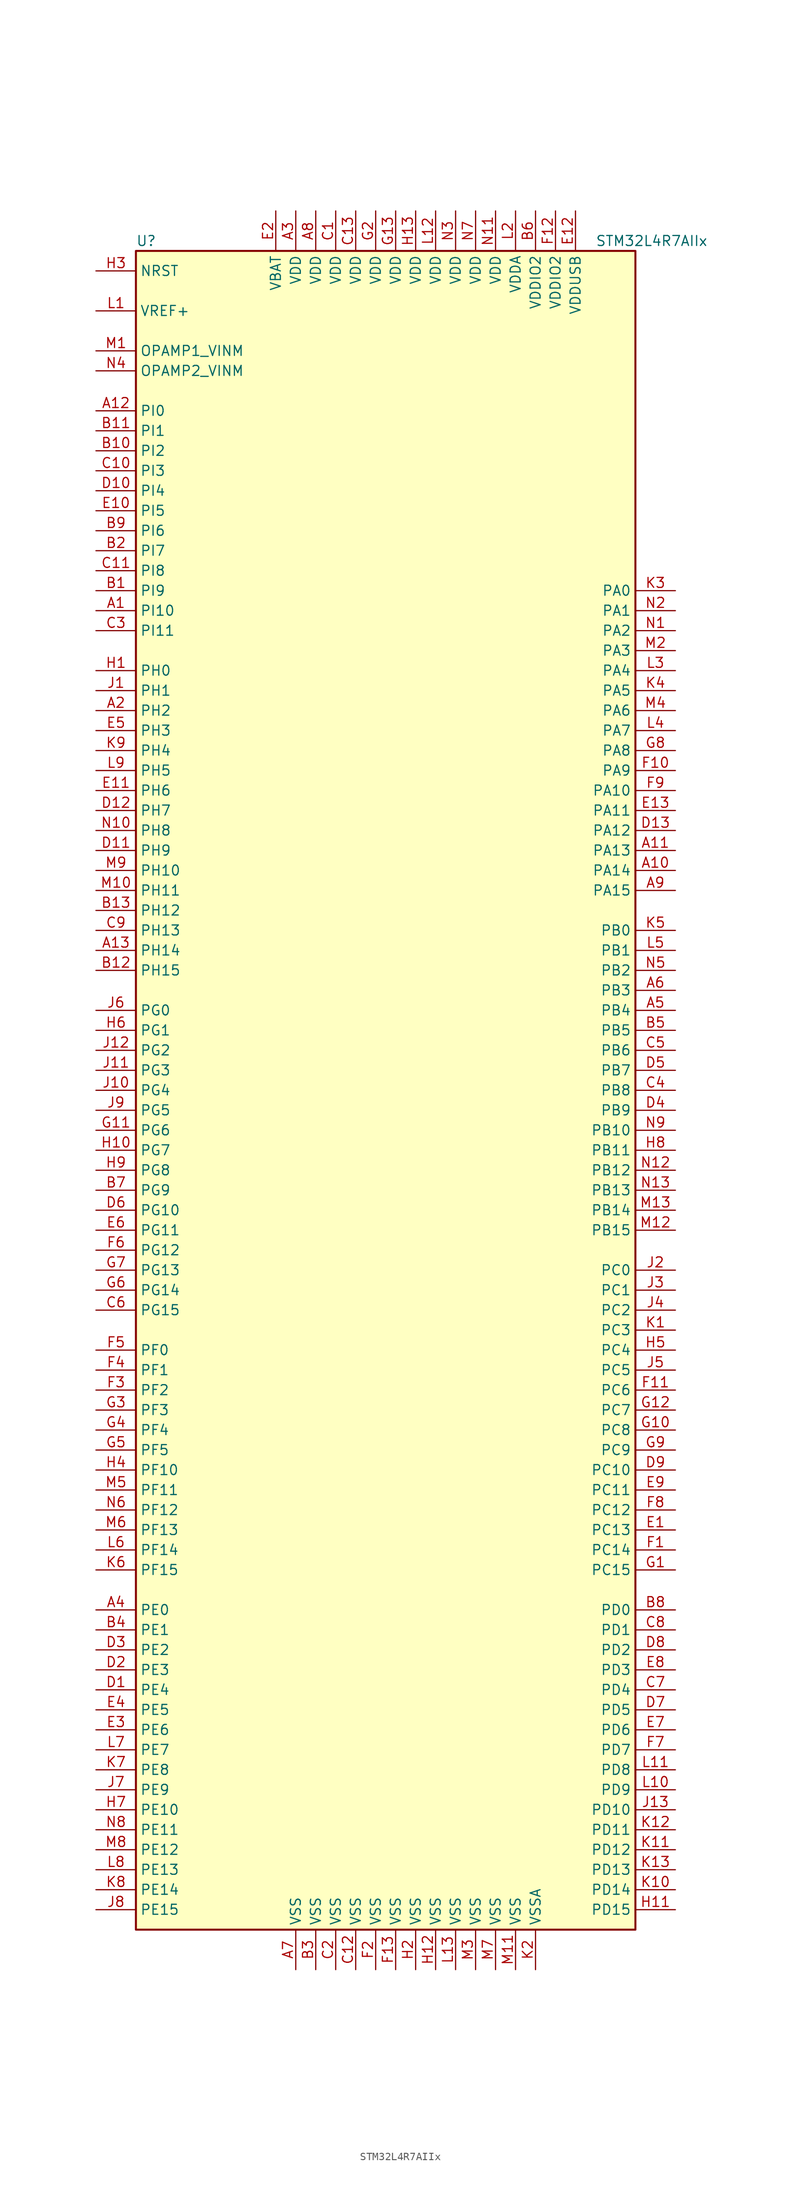
<source format=kicad_sym>
(kicad_symbol_lib
  (version 20211014)
  (generator kicad_symbol_editor)
  (symbol "STM32L4R7AIIx"
    (property "Reference" "U"
      (at -33.02 107.95 0)
      (effects (font (size 1.27 1.27)) (justify left)))
    (property "Value" "STM32L4R7AIIx"
      (at 25.4 107.95 0)
      (effects (font (size 1.27 1.27)) (justify left)))
    (symbol "STM32L4R7AIIx_0_1"
      (rectangle (start -33.02 -106.68) (end 30.48 106.68) (stroke (width 0.254) (type default) (color 0 0 0 0)) (fill (type background))))
    (symbol "STM32L4R7AIIx_1_1"
      (pin bidirectional line (at -38.1 60.96 0) (length 5.08) (name "PI10" (effects (font (size 1.27 1.27)))) (number "A1" (effects (font (size 1.27 1.27)))))
      (pin bidirectional line (at 35.56 27.94 180) (length 5.08) (name "PA14" (effects (font (size 1.27 1.27)))) (number "A10" (effects (font (size 1.27 1.27)))))
      (pin bidirectional line (at 35.56 30.48 180) (length 5.08) (name "PA13" (effects (font (size 1.27 1.27)))) (number "A11" (effects (font (size 1.27 1.27)))))
      (pin bidirectional line (at -38.1 86.36 0) (length 5.08) (name "PI0" (effects (font (size 1.27 1.27)))) (number "A12" (effects (font (size 1.27 1.27)))))
      (pin bidirectional line (at -38.1 17.78 0) (length 5.08) (name "PH14" (effects (font (size 1.27 1.27)))) (number "A13" (effects (font (size 1.27 1.27)))))
      (pin bidirectional line (at -38.1 48.26 0) (length 5.08) (name "PH2" (effects (font (size 1.27 1.27)))) (number "A2" (effects (font (size 1.27 1.27)))))
      (pin power_in line (at -12.7 111.76 270) (length 5.08) (name "VDD" (effects (font (size 1.27 1.27)))) (number "A3" (effects (font (size 1.27 1.27)))))
      (pin bidirectional line (at -38.1 -66.04 0) (length 5.08) (name "PE0" (effects (font (size 1.27 1.27)))) (number "A4" (effects (font (size 1.27 1.27)))))
      (pin bidirectional line (at 35.56 10.16 180) (length 5.08) (name "PB4" (effects (font (size 1.27 1.27)))) (number "A5" (effects (font (size 1.27 1.27)))))
      (pin bidirectional line (at 35.56 12.7 180) (length 5.08) (name "PB3" (effects (font (size 1.27 1.27)))) (number "A6" (effects (font (size 1.27 1.27)))))
      (pin power_in line (at -12.7 -111.76 90) (length 5.08) (name "VSS" (effects (font (size 1.27 1.27)))) (number "A7" (effects (font (size 1.27 1.27)))))
      (pin power_in line (at -10.16 111.76 270) (length 5.08) (name "VDD" (effects (font (size 1.27 1.27)))) (number "A8" (effects (font (size 1.27 1.27)))))
      (pin bidirectional line (at 35.56 25.4 180) (length 5.08) (name "PA15" (effects (font (size 1.27 1.27)))) (number "A9" (effects (font (size 1.27 1.27)))))
      (pin bidirectional line (at -38.1 63.5 0) (length 5.08) (name "PI9" (effects (font (size 1.27 1.27)))) (number "B1" (effects (font (size 1.27 1.27)))))
      (pin bidirectional line (at -38.1 81.28 0) (length 5.08) (name "PI2" (effects (font (size 1.27 1.27)))) (number "B10" (effects (font (size 1.27 1.27)))))
      (pin bidirectional line (at -38.1 83.82 0) (length 5.08) (name "PI1" (effects (font (size 1.27 1.27)))) (number "B11" (effects (font (size 1.27 1.27)))))
      (pin bidirectional line (at -38.1 15.24 0) (length 5.08) (name "PH15" (effects (font (size 1.27 1.27)))) (number "B12" (effects (font (size 1.27 1.27)))))
      (pin bidirectional line (at -38.1 22.86 0) (length 5.08) (name "PH12" (effects (font (size 1.27 1.27)))) (number "B13" (effects (font (size 1.27 1.27)))))
      (pin bidirectional line (at -38.1 68.58 0) (length 5.08) (name "PI7" (effects (font (size 1.27 1.27)))) (number "B2" (effects (font (size 1.27 1.27)))))
      (pin power_in line (at -10.16 -111.76 90) (length 5.08) (name "VSS" (effects (font (size 1.27 1.27)))) (number "B3" (effects (font (size 1.27 1.27)))))
      (pin bidirectional line (at -38.1 -68.58 0) (length 5.08) (name "PE1" (effects (font (size 1.27 1.27)))) (number "B4" (effects (font (size 1.27 1.27)))))
      (pin bidirectional line (at 35.56 7.62 180) (length 5.08) (name "PB5" (effects (font (size 1.27 1.27)))) (number "B5" (effects (font (size 1.27 1.27)))))
      (pin power_in line (at 17.78 111.76 270) (length 5.08) (name "VDDIO2" (effects (font (size 1.27 1.27)))) (number "B6" (effects (font (size 1.27 1.27)))))
      (pin bidirectional line (at -38.1 -12.7 0) (length 5.08) (name "PG9" (effects (font (size 1.27 1.27)))) (number "B7" (effects (font (size 1.27 1.27)))))
      (pin bidirectional line (at 35.56 -66.04 180) (length 5.08) (name "PD0" (effects (font (size 1.27 1.27)))) (number "B8" (effects (font (size 1.27 1.27)))))
      (pin bidirectional line (at -38.1 71.12 0) (length 5.08) (name "PI6" (effects (font (size 1.27 1.27)))) (number "B9" (effects (font (size 1.27 1.27)))))
      (pin power_in line (at -7.62 111.76 270) (length 5.08) (name "VDD" (effects (font (size 1.27 1.27)))) (number "C1" (effects (font (size 1.27 1.27)))))
      (pin bidirectional line (at -38.1 78.74 0) (length 5.08) (name "PI3" (effects (font (size 1.27 1.27)))) (number "C10" (effects (font (size 1.27 1.27)))))
      (pin bidirectional line (at -38.1 66.04 0) (length 5.08) (name "PI8" (effects (font (size 1.27 1.27)))) (number "C11" (effects (font (size 1.27 1.27)))))
      (pin power_in line (at -5.08 -111.76 90) (length 5.08) (name "VSS" (effects (font (size 1.27 1.27)))) (number "C12" (effects (font (size 1.27 1.27)))))
      (pin power_in line (at -5.08 111.76 270) (length 5.08) (name "VDD" (effects (font (size 1.27 1.27)))) (number "C13" (effects (font (size 1.27 1.27)))))
      (pin power_in line (at -7.62 -111.76 90) (length 5.08) (name "VSS" (effects (font (size 1.27 1.27)))) (number "C2" (effects (font (size 1.27 1.27)))))
      (pin bidirectional line (at -38.1 58.42 0) (length 5.08) (name "PI11" (effects (font (size 1.27 1.27)))) (number "C3" (effects (font (size 1.27 1.27)))))
      (pin bidirectional line (at 35.56 0 180) (length 5.08) (name "PB8" (effects (font (size 1.27 1.27)))) (number "C4" (effects (font (size 1.27 1.27)))))
      (pin bidirectional line (at 35.56 5.08 180) (length 5.08) (name "PB6" (effects (font (size 1.27 1.27)))) (number "C5" (effects (font (size 1.27 1.27)))))
      (pin bidirectional line (at -38.1 -27.94 0) (length 5.08) (name "PG15" (effects (font (size 1.27 1.27)))) (number "C6" (effects (font (size 1.27 1.27)))))
      (pin bidirectional line (at 35.56 -76.2 180) (length 5.08) (name "PD4" (effects (font (size 1.27 1.27)))) (number "C7" (effects (font (size 1.27 1.27)))))
      (pin bidirectional line (at 35.56 -68.58 180) (length 5.08) (name "PD1" (effects (font (size 1.27 1.27)))) (number "C8" (effects (font (size 1.27 1.27)))))
      (pin bidirectional line (at -38.1 20.32 0) (length 5.08) (name "PH13" (effects (font (size 1.27 1.27)))) (number "C9" (effects (font (size 1.27 1.27)))))
      (pin bidirectional line (at -38.1 -76.2 0) (length 5.08) (name "PE4" (effects (font (size 1.27 1.27)))) (number "D1" (effects (font (size 1.27 1.27)))))
      (pin bidirectional line (at -38.1 76.2 0) (length 5.08) (name "PI4" (effects (font (size 1.27 1.27)))) (number "D10" (effects (font (size 1.27 1.27)))))
      (pin bidirectional line (at -38.1 30.48 0) (length 5.08) (name "PH9" (effects (font (size 1.27 1.27)))) (number "D11" (effects (font (size 1.27 1.27)))))
      (pin bidirectional line (at -38.1 35.56 0) (length 5.08) (name "PH7" (effects (font (size 1.27 1.27)))) (number "D12" (effects (font (size 1.27 1.27)))))
      (pin bidirectional line (at 35.56 33.02 180) (length 5.08) (name "PA12" (effects (font (size 1.27 1.27)))) (number "D13" (effects (font (size 1.27 1.27)))))
      (pin bidirectional line (at -38.1 -73.66 0) (length 5.08) (name "PE3" (effects (font (size 1.27 1.27)))) (number "D2" (effects (font (size 1.27 1.27)))))
      (pin bidirectional line (at -38.1 -71.12 0) (length 5.08) (name "PE2" (effects (font (size 1.27 1.27)))) (number "D3" (effects (font (size 1.27 1.27)))))
      (pin bidirectional line (at 35.56 -2.54 180) (length 5.08) (name "PB9" (effects (font (size 1.27 1.27)))) (number "D4" (effects (font (size 1.27 1.27)))))
      (pin bidirectional line (at 35.56 2.54 180) (length 5.08) (name "PB7" (effects (font (size 1.27 1.27)))) (number "D5" (effects (font (size 1.27 1.27)))))
      (pin bidirectional line (at -38.1 -15.24 0) (length 5.08) (name "PG10" (effects (font (size 1.27 1.27)))) (number "D6" (effects (font (size 1.27 1.27)))))
      (pin bidirectional line (at 35.56 -78.74 180) (length 5.08) (name "PD5" (effects (font (size 1.27 1.27)))) (number "D7" (effects (font (size 1.27 1.27)))))
      (pin bidirectional line (at 35.56 -71.12 180) (length 5.08) (name "PD2" (effects (font (size 1.27 1.27)))) (number "D8" (effects (font (size 1.27 1.27)))))
      (pin bidirectional line (at 35.56 -48.26 180) (length 5.08) (name "PC10" (effects (font (size 1.27 1.27)))) (number "D9" (effects (font (size 1.27 1.27)))))
      (pin bidirectional line (at 35.56 -55.88 180) (length 5.08) (name "PC13" (effects (font (size 1.27 1.27)))) (number "E1" (effects (font (size 1.27 1.27)))))
      (pin bidirectional line (at -38.1 73.66 0) (length 5.08) (name "PI5" (effects (font (size 1.27 1.27)))) (number "E10" (effects (font (size 1.27 1.27)))))
      (pin bidirectional line (at -38.1 38.1 0) (length 5.08) (name "PH6" (effects (font (size 1.27 1.27)))) (number "E11" (effects (font (size 1.27 1.27)))))
      (pin power_in line (at 22.86 111.76 270) (length 5.08) (name "VDDUSB" (effects (font (size 1.27 1.27)))) (number "E12" (effects (font (size 1.27 1.27)))))
      (pin bidirectional line (at 35.56 35.56 180) (length 5.08) (name "PA11" (effects (font (size 1.27 1.27)))) (number "E13" (effects (font (size 1.27 1.27)))))
      (pin power_in line (at -15.24 111.76 270) (length 5.08) (name "VBAT" (effects (font (size 1.27 1.27)))) (number "E2" (effects (font (size 1.27 1.27)))))
      (pin bidirectional line (at -38.1 -81.28 0) (length 5.08) (name "PE6" (effects (font (size 1.27 1.27)))) (number "E3" (effects (font (size 1.27 1.27)))))
      (pin bidirectional line (at -38.1 -78.74 0) (length 5.08) (name "PE5" (effects (font (size 1.27 1.27)))) (number "E4" (effects (font (size 1.27 1.27)))))
      (pin bidirectional line (at -38.1 45.72 0) (length 5.08) (name "PH3" (effects (font (size 1.27 1.27)))) (number "E5" (effects (font (size 1.27 1.27)))))
      (pin bidirectional line (at -38.1 -17.78 0) (length 5.08) (name "PG11" (effects (font (size 1.27 1.27)))) (number "E6" (effects (font (size 1.27 1.27)))))
      (pin bidirectional line (at 35.56 -81.28 180) (length 5.08) (name "PD6" (effects (font (size 1.27 1.27)))) (number "E7" (effects (font (size 1.27 1.27)))))
      (pin bidirectional line (at 35.56 -73.66 180) (length 5.08) (name "PD3" (effects (font (size 1.27 1.27)))) (number "E8" (effects (font (size 1.27 1.27)))))
      (pin bidirectional line (at 35.56 -50.8 180) (length 5.08) (name "PC11" (effects (font (size 1.27 1.27)))) (number "E9" (effects (font (size 1.27 1.27)))))
      (pin bidirectional line (at 35.56 -58.42 180) (length 5.08) (name "PC14" (effects (font (size 1.27 1.27)))) (number "F1" (effects (font (size 1.27 1.27)))))
      (pin bidirectional line (at 35.56 40.64 180) (length 5.08) (name "PA9" (effects (font (size 1.27 1.27)))) (number "F10" (effects (font (size 1.27 1.27)))))
      (pin bidirectional line (at 35.56 -38.1 180) (length 5.08) (name "PC6" (effects (font (size 1.27 1.27)))) (number "F11" (effects (font (size 1.27 1.27)))))
      (pin power_in line (at 20.32 111.76 270) (length 5.08) (name "VDDIO2" (effects (font (size 1.27 1.27)))) (number "F12" (effects (font (size 1.27 1.27)))))
      (pin power_in line (at 0 -111.76 90) (length 5.08) (name "VSS" (effects (font (size 1.27 1.27)))) (number "F13" (effects (font (size 1.27 1.27)))))
      (pin power_in line (at -2.54 -111.76 90) (length 5.08) (name "VSS" (effects (font (size 1.27 1.27)))) (number "F2" (effects (font (size 1.27 1.27)))))
      (pin bidirectional line (at -38.1 -38.1 0) (length 5.08) (name "PF2" (effects (font (size 1.27 1.27)))) (number "F3" (effects (font (size 1.27 1.27)))))
      (pin bidirectional line (at -38.1 -35.56 0) (length 5.08) (name "PF1" (effects (font (size 1.27 1.27)))) (number "F4" (effects (font (size 1.27 1.27)))))
      (pin bidirectional line (at -38.1 -33.02 0) (length 5.08) (name "PF0" (effects (font (size 1.27 1.27)))) (number "F5" (effects (font (size 1.27 1.27)))))
      (pin bidirectional line (at -38.1 -20.32 0) (length 5.08) (name "PG12" (effects (font (size 1.27 1.27)))) (number "F6" (effects (font (size 1.27 1.27)))))
      (pin bidirectional line (at 35.56 -83.82 180) (length 5.08) (name "PD7" (effects (font (size 1.27 1.27)))) (number "F7" (effects (font (size 1.27 1.27)))))
      (pin bidirectional line (at 35.56 -53.34 180) (length 5.08) (name "PC12" (effects (font (size 1.27 1.27)))) (number "F8" (effects (font (size 1.27 1.27)))))
      (pin bidirectional line (at 35.56 38.1 180) (length 5.08) (name "PA10" (effects (font (size 1.27 1.27)))) (number "F9" (effects (font (size 1.27 1.27)))))
      (pin bidirectional line (at 35.56 -60.96 180) (length 5.08) (name "PC15" (effects (font (size 1.27 1.27)))) (number "G1" (effects (font (size 1.27 1.27)))))
      (pin bidirectional line (at 35.56 -43.18 180) (length 5.08) (name "PC8" (effects (font (size 1.27 1.27)))) (number "G10" (effects (font (size 1.27 1.27)))))
      (pin bidirectional line (at -38.1 -5.08 0) (length 5.08) (name "PG6" (effects (font (size 1.27 1.27)))) (number "G11" (effects (font (size 1.27 1.27)))))
      (pin bidirectional line (at 35.56 -40.64 180) (length 5.08) (name "PC7" (effects (font (size 1.27 1.27)))) (number "G12" (effects (font (size 1.27 1.27)))))
      (pin power_in line (at 0 111.76 270) (length 5.08) (name "VDD" (effects (font (size 1.27 1.27)))) (number "G13" (effects (font (size 1.27 1.27)))))
      (pin power_in line (at -2.54 111.76 270) (length 5.08) (name "VDD" (effects (font (size 1.27 1.27)))) (number "G2" (effects (font (size 1.27 1.27)))))
      (pin bidirectional line (at -38.1 -40.64 0) (length 5.08) (name "PF3" (effects (font (size 1.27 1.27)))) (number "G3" (effects (font (size 1.27 1.27)))))
      (pin bidirectional line (at -38.1 -43.18 0) (length 5.08) (name "PF4" (effects (font (size 1.27 1.27)))) (number "G4" (effects (font (size 1.27 1.27)))))
      (pin bidirectional line (at -38.1 -45.72 0) (length 5.08) (name "PF5" (effects (font (size 1.27 1.27)))) (number "G5" (effects (font (size 1.27 1.27)))))
      (pin bidirectional line (at -38.1 -25.4 0) (length 5.08) (name "PG14" (effects (font (size 1.27 1.27)))) (number "G6" (effects (font (size 1.27 1.27)))))
      (pin bidirectional line (at -38.1 -22.86 0) (length 5.08) (name "PG13" (effects (font (size 1.27 1.27)))) (number "G7" (effects (font (size 1.27 1.27)))))
      (pin bidirectional line (at 35.56 43.18 180) (length 5.08) (name "PA8" (effects (font (size 1.27 1.27)))) (number "G8" (effects (font (size 1.27 1.27)))))
      (pin bidirectional line (at 35.56 -45.72 180) (length 5.08) (name "PC9" (effects (font (size 1.27 1.27)))) (number "G9" (effects (font (size 1.27 1.27)))))
      (pin input line (at -38.1 53.34 0) (length 5.08) (name "PH0" (effects (font (size 1.27 1.27)))) (number "H1" (effects (font (size 1.27 1.27)))))
      (pin bidirectional line (at -38.1 -7.62 0) (length 5.08) (name "PG7" (effects (font (size 1.27 1.27)))) (number "H10" (effects (font (size 1.27 1.27)))))
      (pin bidirectional line (at 35.56 -104.14 180) (length 5.08) (name "PD15" (effects (font (size 1.27 1.27)))) (number "H11" (effects (font (size 1.27 1.27)))))
      (pin power_in line (at 5.08 -111.76 90) (length 5.08) (name "VSS" (effects (font (size 1.27 1.27)))) (number "H12" (effects (font (size 1.27 1.27)))))
      (pin power_in line (at 2.54 111.76 270) (length 5.08) (name "VDD" (effects (font (size 1.27 1.27)))) (number "H13" (effects (font (size 1.27 1.27)))))
      (pin power_in line (at 2.54 -111.76 90) (length 5.08) (name "VSS" (effects (font (size 1.27 1.27)))) (number "H2" (effects (font (size 1.27 1.27)))))
      (pin input line (at -38.1 104.14 0) (length 5.08) (name "NRST" (effects (font (size 1.27 1.27)))) (number "H3" (effects (font (size 1.27 1.27)))))
      (pin bidirectional line (at -38.1 -48.26 0) (length 5.08) (name "PF10" (effects (font (size 1.27 1.27)))) (number "H4" (effects (font (size 1.27 1.27)))))
      (pin bidirectional line (at 35.56 -33.02 180) (length 5.08) (name "PC4" (effects (font (size 1.27 1.27)))) (number "H5" (effects (font (size 1.27 1.27)))))
      (pin bidirectional line (at -38.1 7.62 0) (length 5.08) (name "PG1" (effects (font (size 1.27 1.27)))) (number "H6" (effects (font (size 1.27 1.27)))))
      (pin bidirectional line (at -38.1 -91.44 0) (length 5.08) (name "PE10" (effects (font (size 1.27 1.27)))) (number "H7" (effects (font (size 1.27 1.27)))))
      (pin bidirectional line (at 35.56 -7.62 180) (length 5.08) (name "PB11" (effects (font (size 1.27 1.27)))) (number "H8" (effects (font (size 1.27 1.27)))))
      (pin bidirectional line (at -38.1 -10.16 0) (length 5.08) (name "PG8" (effects (font (size 1.27 1.27)))) (number "H9" (effects (font (size 1.27 1.27)))))
      (pin input line (at -38.1 50.8 0) (length 5.08) (name "PH1" (effects (font (size 1.27 1.27)))) (number "J1" (effects (font (size 1.27 1.27)))))
      (pin bidirectional line (at -38.1 0 0) (length 5.08) (name "PG4" (effects (font (size 1.27 1.27)))) (number "J10" (effects (font (size 1.27 1.27)))))
      (pin bidirectional line (at -38.1 2.54 0) (length 5.08) (name "PG3" (effects (font (size 1.27 1.27)))) (number "J11" (effects (font (size 1.27 1.27)))))
      (pin bidirectional line (at -38.1 5.08 0) (length 5.08) (name "PG2" (effects (font (size 1.27 1.27)))) (number "J12" (effects (font (size 1.27 1.27)))))
      (pin bidirectional line (at 35.56 -91.44 180) (length 5.08) (name "PD10" (effects (font (size 1.27 1.27)))) (number "J13" (effects (font (size 1.27 1.27)))))
      (pin bidirectional line (at 35.56 -22.86 180) (length 5.08) (name "PC0" (effects (font (size 1.27 1.27)))) (number "J2" (effects (font (size 1.27 1.27)))))
      (pin bidirectional line (at 35.56 -25.4 180) (length 5.08) (name "PC1" (effects (font (size 1.27 1.27)))) (number "J3" (effects (font (size 1.27 1.27)))))
      (pin bidirectional line (at 35.56 -27.94 180) (length 5.08) (name "PC2" (effects (font (size 1.27 1.27)))) (number "J4" (effects (font (size 1.27 1.27)))))
      (pin bidirectional line (at 35.56 -35.56 180) (length 5.08) (name "PC5" (effects (font (size 1.27 1.27)))) (number "J5" (effects (font (size 1.27 1.27)))))
      (pin bidirectional line (at -38.1 10.16 0) (length 5.08) (name "PG0" (effects (font (size 1.27 1.27)))) (number "J6" (effects (font (size 1.27 1.27)))))
      (pin bidirectional line (at -38.1 -88.9 0) (length 5.08) (name "PE9" (effects (font (size 1.27 1.27)))) (number "J7" (effects (font (size 1.27 1.27)))))
      (pin bidirectional line (at -38.1 -104.14 0) (length 5.08) (name "PE15" (effects (font (size 1.27 1.27)))) (number "J8" (effects (font (size 1.27 1.27)))))
      (pin bidirectional line (at -38.1 -2.54 0) (length 5.08) (name "PG5" (effects (font (size 1.27 1.27)))) (number "J9" (effects (font (size 1.27 1.27)))))
      (pin bidirectional line (at 35.56 -30.48 180) (length 5.08) (name "PC3" (effects (font (size 1.27 1.27)))) (number "K1" (effects (font (size 1.27 1.27)))))
      (pin bidirectional line (at 35.56 -101.6 180) (length 5.08) (name "PD14" (effects (font (size 1.27 1.27)))) (number "K10" (effects (font (size 1.27 1.27)))))
      (pin bidirectional line (at 35.56 -96.52 180) (length 5.08) (name "PD12" (effects (font (size 1.27 1.27)))) (number "K11" (effects (font (size 1.27 1.27)))))
      (pin bidirectional line (at 35.56 -93.98 180) (length 5.08) (name "PD11" (effects (font (size 1.27 1.27)))) (number "K12" (effects (font (size 1.27 1.27)))))
      (pin bidirectional line (at 35.56 -99.06 180) (length 5.08) (name "PD13" (effects (font (size 1.27 1.27)))) (number "K13" (effects (font (size 1.27 1.27)))))
      (pin power_in line (at 17.78 -111.76 90) (length 5.08) (name "VSSA" (effects (font (size 1.27 1.27)))) (number "K2" (effects (font (size 1.27 1.27)))))
      (pin bidirectional line (at 35.56 63.5 180) (length 5.08) (name "PA0" (effects (font (size 1.27 1.27)))) (number "K3" (effects (font (size 1.27 1.27)))))
      (pin bidirectional line (at 35.56 50.8 180) (length 5.08) (name "PA5" (effects (font (size 1.27 1.27)))) (number "K4" (effects (font (size 1.27 1.27)))))
      (pin bidirectional line (at 35.56 20.32 180) (length 5.08) (name "PB0" (effects (font (size 1.27 1.27)))) (number "K5" (effects (font (size 1.27 1.27)))))
      (pin bidirectional line (at -38.1 -60.96 0) (length 5.08) (name "PF15" (effects (font (size 1.27 1.27)))) (number "K6" (effects (font (size 1.27 1.27)))))
      (pin bidirectional line (at -38.1 -86.36 0) (length 5.08) (name "PE8" (effects (font (size 1.27 1.27)))) (number "K7" (effects (font (size 1.27 1.27)))))
      (pin bidirectional line (at -38.1 -101.6 0) (length 5.08) (name "PE14" (effects (font (size 1.27 1.27)))) (number "K8" (effects (font (size 1.27 1.27)))))
      (pin bidirectional line (at -38.1 43.18 0) (length 5.08) (name "PH4" (effects (font (size 1.27 1.27)))) (number "K9" (effects (font (size 1.27 1.27)))))
      (pin bidirectional line (at -38.1 99.06 0) (length 5.08) (name "VREF+" (effects (font (size 1.27 1.27)))) (number "L1" (effects (font (size 1.27 1.27)))))
      (pin bidirectional line (at 35.56 -88.9 180) (length 5.08) (name "PD9" (effects (font (size 1.27 1.27)))) (number "L10" (effects (font (size 1.27 1.27)))))
      (pin bidirectional line (at 35.56 -86.36 180) (length 5.08) (name "PD8" (effects (font (size 1.27 1.27)))) (number "L11" (effects (font (size 1.27 1.27)))))
      (pin power_in line (at 5.08 111.76 270) (length 5.08) (name "VDD" (effects (font (size 1.27 1.27)))) (number "L12" (effects (font (size 1.27 1.27)))))
      (pin power_in line (at 7.62 -111.76 90) (length 5.08) (name "VSS" (effects (font (size 1.27 1.27)))) (number "L13" (effects (font (size 1.27 1.27)))))
      (pin power_in line (at 15.24 111.76 270) (length 5.08) (name "VDDA" (effects (font (size 1.27 1.27)))) (number "L2" (effects (font (size 1.27 1.27)))))
      (pin bidirectional line (at 35.56 53.34 180) (length 5.08) (name "PA4" (effects (font (size 1.27 1.27)))) (number "L3" (effects (font (size 1.27 1.27)))))
      (pin bidirectional line (at 35.56 45.72 180) (length 5.08) (name "PA7" (effects (font (size 1.27 1.27)))) (number "L4" (effects (font (size 1.27 1.27)))))
      (pin bidirectional line (at 35.56 17.78 180) (length 5.08) (name "PB1" (effects (font (size 1.27 1.27)))) (number "L5" (effects (font (size 1.27 1.27)))))
      (pin bidirectional line (at -38.1 -58.42 0) (length 5.08) (name "PF14" (effects (font (size 1.27 1.27)))) (number "L6" (effects (font (size 1.27 1.27)))))
      (pin bidirectional line (at -38.1 -83.82 0) (length 5.08) (name "PE7" (effects (font (size 1.27 1.27)))) (number "L7" (effects (font (size 1.27 1.27)))))
      (pin bidirectional line (at -38.1 -99.06 0) (length 5.08) (name "PE13" (effects (font (size 1.27 1.27)))) (number "L8" (effects (font (size 1.27 1.27)))))
      (pin bidirectional line (at -38.1 40.64 0) (length 5.08) (name "PH5" (effects (font (size 1.27 1.27)))) (number "L9" (effects (font (size 1.27 1.27)))))
      (pin bidirectional line (at -38.1 93.98 0) (length 5.08) (name "OPAMP1_VINM" (effects (font (size 1.27 1.27)))) (number "M1" (effects (font (size 1.27 1.27)))))
      (pin bidirectional line (at -38.1 25.4 0) (length 5.08) (name "PH11" (effects (font (size 1.27 1.27)))) (number "M10" (effects (font (size 1.27 1.27)))))
      (pin power_in line (at 15.24 -111.76 90) (length 5.08) (name "VSS" (effects (font (size 1.27 1.27)))) (number "M11" (effects (font (size 1.27 1.27)))))
      (pin bidirectional line (at 35.56 -17.78 180) (length 5.08) (name "PB15" (effects (font (size 1.27 1.27)))) (number "M12" (effects (font (size 1.27 1.27)))))
      (pin bidirectional line (at 35.56 -15.24 180) (length 5.08) (name "PB14" (effects (font (size 1.27 1.27)))) (number "M13" (effects (font (size 1.27 1.27)))))
      (pin bidirectional line (at 35.56 55.88 180) (length 5.08) (name "PA3" (effects (font (size 1.27 1.27)))) (number "M2" (effects (font (size 1.27 1.27)))))
      (pin power_in line (at 10.16 -111.76 90) (length 5.08) (name "VSS" (effects (font (size 1.27 1.27)))) (number "M3" (effects (font (size 1.27 1.27)))))
      (pin bidirectional line (at 35.56 48.26 180) (length 5.08) (name "PA6" (effects (font (size 1.27 1.27)))) (number "M4" (effects (font (size 1.27 1.27)))))
      (pin bidirectional line (at -38.1 -50.8 0) (length 5.08) (name "PF11" (effects (font (size 1.27 1.27)))) (number "M5" (effects (font (size 1.27 1.27)))))
      (pin bidirectional line (at -38.1 -55.88 0) (length 5.08) (name "PF13" (effects (font (size 1.27 1.27)))) (number "M6" (effects (font (size 1.27 1.27)))))
      (pin power_in line (at 12.7 -111.76 90) (length 5.08) (name "VSS" (effects (font (size 1.27 1.27)))) (number "M7" (effects (font (size 1.27 1.27)))))
      (pin bidirectional line (at -38.1 -96.52 0) (length 5.08) (name "PE12" (effects (font (size 1.27 1.27)))) (number "M8" (effects (font (size 1.27 1.27)))))
      (pin bidirectional line (at -38.1 27.94 0) (length 5.08) (name "PH10" (effects (font (size 1.27 1.27)))) (number "M9" (effects (font (size 1.27 1.27)))))
      (pin bidirectional line (at 35.56 58.42 180) (length 5.08) (name "PA2" (effects (font (size 1.27 1.27)))) (number "N1" (effects (font (size 1.27 1.27)))))
      (pin bidirectional line (at -38.1 33.02 0) (length 5.08) (name "PH8" (effects (font (size 1.27 1.27)))) (number "N10" (effects (font (size 1.27 1.27)))))
      (pin power_in line (at 12.7 111.76 270) (length 5.08) (name "VDD" (effects (font (size 1.27 1.27)))) (number "N11" (effects (font (size 1.27 1.27)))))
      (pin bidirectional line (at 35.56 -10.16 180) (length 5.08) (name "PB12" (effects (font (size 1.27 1.27)))) (number "N12" (effects (font (size 1.27 1.27)))))
      (pin bidirectional line (at 35.56 -12.7 180) (length 5.08) (name "PB13" (effects (font (size 1.27 1.27)))) (number "N13" (effects (font (size 1.27 1.27)))))
      (pin bidirectional line (at 35.56 60.96 180) (length 5.08) (name "PA1" (effects (font (size 1.27 1.27)))) (number "N2" (effects (font (size 1.27 1.27)))))
      (pin power_in line (at 7.62 111.76 270) (length 5.08) (name "VDD" (effects (font (size 1.27 1.27)))) (number "N3" (effects (font (size 1.27 1.27)))))
      (pin bidirectional line (at -38.1 91.44 0) (length 5.08) (name "OPAMP2_VINM" (effects (font (size 1.27 1.27)))) (number "N4" (effects (font (size 1.27 1.27)))))
      (pin bidirectional line (at 35.56 15.24 180) (length 5.08) (name "PB2" (effects (font (size 1.27 1.27)))) (number "N5" (effects (font (size 1.27 1.27)))))
      (pin bidirectional line (at -38.1 -53.34 0) (length 5.08) (name "PF12" (effects (font (size 1.27 1.27)))) (number "N6" (effects (font (size 1.27 1.27)))))
      (pin power_in line (at 10.16 111.76 270) (length 5.08) (name "VDD" (effects (font (size 1.27 1.27)))) (number "N7" (effects (font (size 1.27 1.27)))))
      (pin bidirectional line (at -38.1 -93.98 0) (length 5.08) (name "PE11" (effects (font (size 1.27 1.27)))) (number "N8" (effects (font (size 1.27 1.27)))))
      (pin bidirectional line (at 35.56 -5.08 180) (length 5.08) (name "PB10" (effects (font (size 1.27 1.27)))) (number "N9" (effects (font (size 1.27 1.27))))))))
</source>
